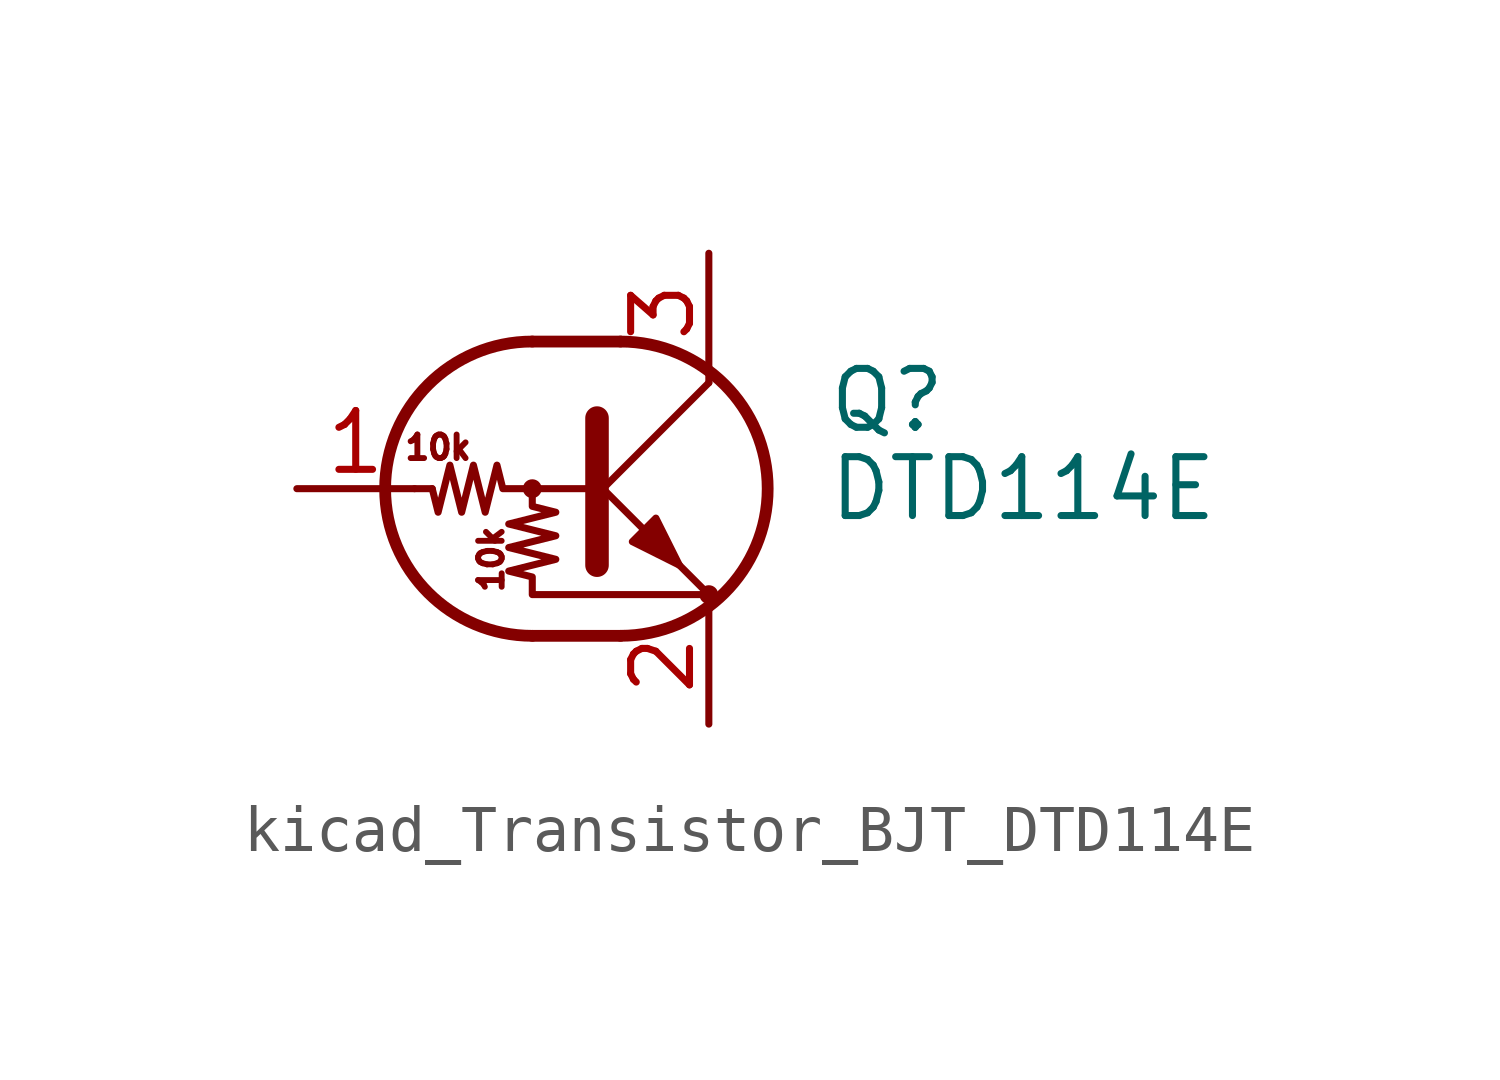
<source format=kicad_sym>
(kicad_symbol_lib
  (version 20220914)
  (generator kicad_symbol_editor)
  (symbol "kicad_Transistor_BJT_DTD114E"
    (pin_names
      (offset 0) hide)
    (property "Reference" "Q"
      (at 5.08 1.905 0)
      (effects (font (size 1.27 1.27)) (justify left)))
    (property "Value" "DTD114E"
      (at 5.08 0 0)
      (effects (font (size 1.27 1.27)) (justify left)))
    (symbol "kicad_Transistor_BJT_DTD114E_0_0"
      (text "10k" (at -3.302 0.889 0) (effects (font (size 0.508 0.508))))
      (text "10k" (at -2.159 -1.524 900) (effects (font (size 0.508 0.508)))))
    (symbol "kicad_Transistor_BJT_DTD114E_0_1"
      (circle (center -1.27 0) (radius 0.127) (stroke (width 0) (type default)) (fill (type none)))
      (arc (start -1.27 3.175) (mid -4.4312 0) (end -1.27 -3.175) (stroke (width 0.254) (type default)) (fill (type none)))
      (polyline (pts (xy -3.429 0) (xy -3.81 0)) (stroke (width 0) (type default)) (fill (type none)))
      (polyline (pts (xy -1.27 -3.175) (xy 0.635 -3.175)) (stroke (width 0.254) (type default)) (fill (type none)))
      (polyline (pts (xy -1.27 3.175) (xy 0.635 3.175)) (stroke (width 0.254) (type default)) (fill (type none)))
      (polyline (pts (xy 0 -0.254) (xy 2.54 2.286)) (stroke (width 0) (type default)) (fill (type none)))
      (polyline (pts (xy 0.127 1.524) (xy 0.127 -1.651)) (stroke (width 0.508) (type default)) (fill (type outline)))
      (polyline (pts (xy 2.54 2.286) (xy 2.54 2.54)) (stroke (width 0) (type default)) (fill (type none)))
      (polyline (pts (xy 2.54 -2.286) (xy 0 0.254) (xy 0 0.254)) (stroke (width 0) (type default)) (fill (type none)))
      (polyline (pts (xy 0.889 -1.143) (xy 1.397 -0.635) (xy 1.905 -1.651) (xy 0.889 -1.143)) (stroke (width 0) (type default)) (fill (type outline)))
      (polyline (pts (xy 0 0) (xy -1.905 0) (xy -2.032 0.508) (xy -2.286 -0.508) (xy -2.54 0.508) (xy -2.794 -0.508) (xy -3.048 0.508) (xy -3.302 -0.508) (xy -3.429 0)) (stroke (width 0) (type default)) (fill (type none)))
      (polyline (pts (xy -1.27 0) (xy -1.27 -0.381) (xy -0.762 -0.508) (xy -1.778 -0.762) (xy -0.762 -1.016) (xy -1.778 -1.27) (xy -0.762 -1.524) (xy -1.778 -1.778) (xy -1.27 -1.905) (xy -1.27 -2.286) (xy 2.54 -2.286)) (stroke (width 0) (type default)) (fill (type none)))
      (arc (start 0.635 -3.175) (mid 3.7962 0) (end 0.635 3.175) (stroke (width 0.254) (type default)) (fill (type none)))
      (circle (center 2.54 -2.286) (radius 0.127) (stroke (width 0) (type default)) (fill (type none))))
    (symbol "kicad_Transistor_BJT_DTD114E_1_1"
      (pin input line (at -6.35 0 0) (length 2.54) (name "B" (effects (font (size 1.27 1.27)))) (number "1" (effects (font (size 1.27 1.27)))))
      (pin passive line (at 2.54 -5.08 90) (length 2.54) (name "E" (effects (font (size 1.27 1.27)))) (number "2" (effects (font (size 1.27 1.27)))))
      (pin passive line (at 2.54 5.08 270) (length 2.54) (name "C" (effects (font (size 1.27 1.27)))) (number "3" (effects (font (size 1.27 1.27))))))))
</source>
